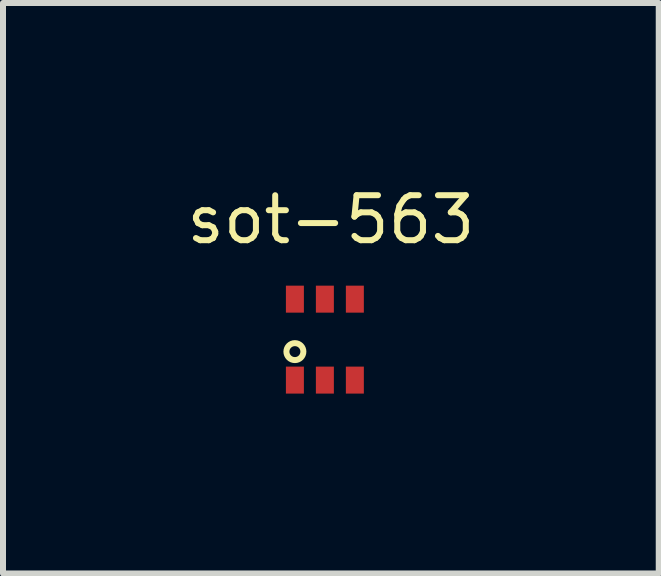
<source format=kicad_pcb>
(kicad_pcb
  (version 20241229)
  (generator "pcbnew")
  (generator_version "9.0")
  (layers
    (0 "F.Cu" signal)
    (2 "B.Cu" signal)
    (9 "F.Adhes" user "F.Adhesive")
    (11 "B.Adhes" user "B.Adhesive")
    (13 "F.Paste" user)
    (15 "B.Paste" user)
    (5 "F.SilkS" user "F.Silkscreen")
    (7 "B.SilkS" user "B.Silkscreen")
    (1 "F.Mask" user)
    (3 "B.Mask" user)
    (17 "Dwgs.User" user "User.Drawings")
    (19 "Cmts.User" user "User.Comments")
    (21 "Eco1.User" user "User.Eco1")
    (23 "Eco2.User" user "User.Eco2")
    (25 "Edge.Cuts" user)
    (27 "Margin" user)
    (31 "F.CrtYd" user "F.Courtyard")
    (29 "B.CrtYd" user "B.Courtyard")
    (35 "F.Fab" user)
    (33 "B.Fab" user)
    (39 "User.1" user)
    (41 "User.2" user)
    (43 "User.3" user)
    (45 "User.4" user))
  (footprint "sot-563"
    (layer "F.Cu")
    (at 2.368 2.614)
    (property "Reference" "sot-563" (at 0.1 -2 0) (layer "F.SilkS") (effects (font (size 0.75 0.75) (thickness 0.1))))
    (attr through_hole)
    (fp_circle (center -0.5 0.2) (end -0.4 0.3) (stroke (width 0.1) (type solid)) (fill no) (layer "F.SilkS"))
    (pad "1" smd rect (at -0.5 0.675) (size 0.3 0.45) (layers "F.Cu" "F.Mask" "F.Paste"))
    (pad "2" smd rect (at 0 0.675) (size 0.3 0.45) (layers "F.Cu" "F.Mask" "F.Paste"))
    (pad "3" smd rect (at 0.5 0.675) (size 0.3 0.45) (layers "F.Cu" "F.Mask" "F.Paste"))
    (pad "4" smd rect (at 0.5 -0.675) (size 0.3 0.45) (layers "F.Cu" "F.Mask" "F.Paste"))
    (pad "5" smd rect (at 0 -0.675) (size 0.3 0.45) (layers "F.Cu" "F.Mask" "F.Paste"))
    (pad "6" smd rect (at -0.5 -0.675) (size 0.3 0.45) (layers "F.Cu" "F.Mask" "F.Paste")))
  (gr_rect
    (start -3 -3)
    (end 7.936 6.514)
    (stroke (width 0.1) (type default))
    (fill no)
    (layer "Edge.Cuts")))
</source>
